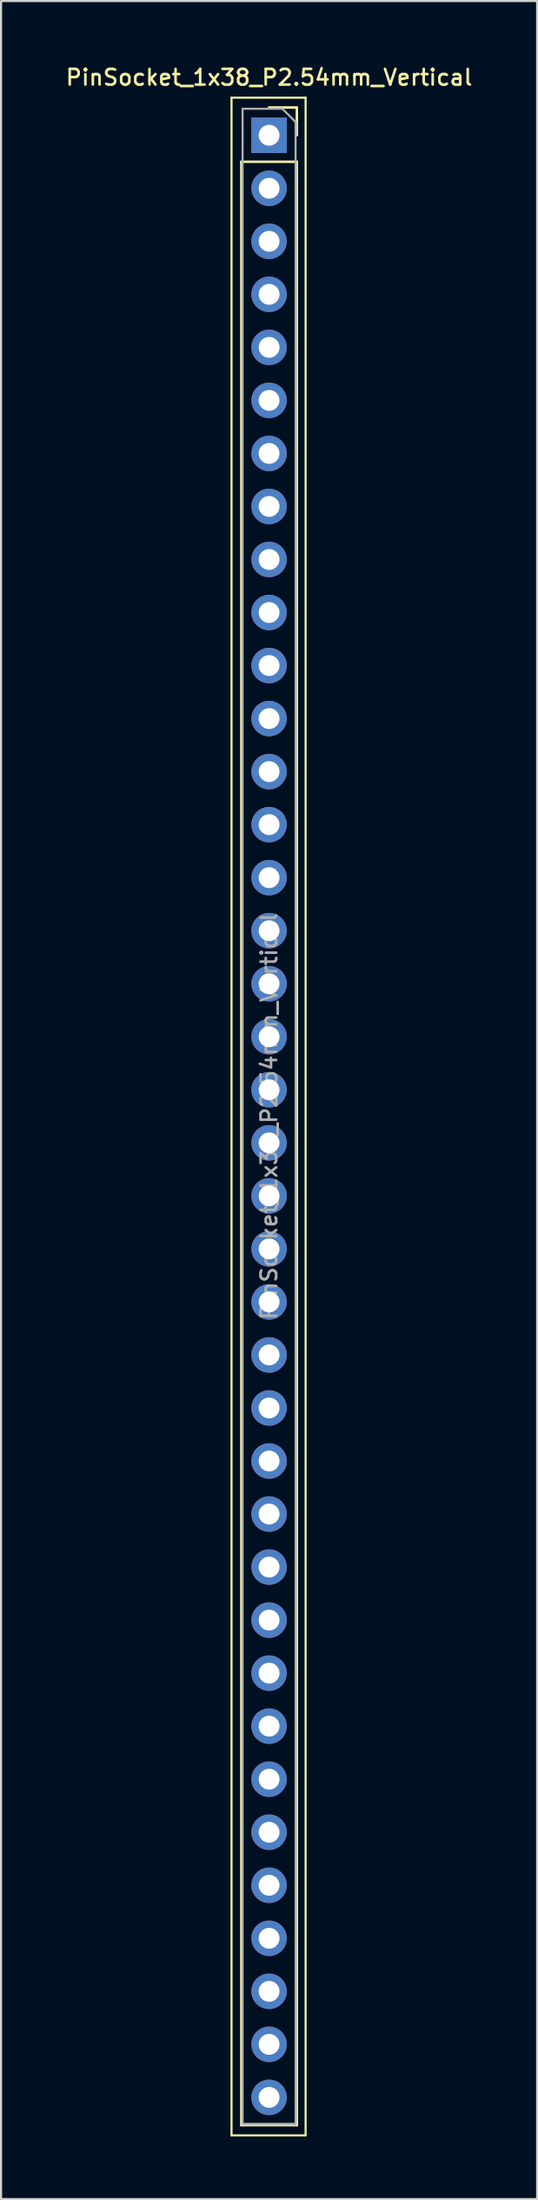
<source format=kicad_pcb>
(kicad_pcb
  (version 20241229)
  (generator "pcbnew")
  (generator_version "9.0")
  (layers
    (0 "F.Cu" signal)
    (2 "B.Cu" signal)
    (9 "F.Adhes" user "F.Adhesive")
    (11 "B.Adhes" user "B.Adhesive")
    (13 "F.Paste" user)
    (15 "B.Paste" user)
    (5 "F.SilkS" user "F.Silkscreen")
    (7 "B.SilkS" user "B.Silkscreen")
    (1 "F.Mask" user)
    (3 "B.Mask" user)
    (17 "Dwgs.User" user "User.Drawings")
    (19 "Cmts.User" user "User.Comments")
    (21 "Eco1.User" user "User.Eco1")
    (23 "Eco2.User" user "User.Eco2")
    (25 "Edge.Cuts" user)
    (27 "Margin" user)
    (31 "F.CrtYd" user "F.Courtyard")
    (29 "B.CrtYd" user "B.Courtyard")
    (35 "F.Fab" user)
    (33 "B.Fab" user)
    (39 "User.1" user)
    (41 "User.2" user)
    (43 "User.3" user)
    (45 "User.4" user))
  (footprint "PinSocket_1x38_P2.54mm_Vertical"
    (layer "F.Cu")
    (at 9.845 3.428)
    (property "Reference" "PinSocket_1x38_P2.54mm_Vertical" (at 0 -2.77 0) (layer "F.SilkS") (effects (font (size 0.75 0.75) (thickness 0.125))))
    (attr through_hole)
    (fp_line (start -1.8 -1.8) (end 1.75 -1.8) (stroke (width 0.1) (type solid)) (layer "F.SilkS"))
    (fp_line (start -1.8 95.8) (end -1.8 -1.8) (stroke (width 0.1) (type solid)) (layer "F.SilkS"))
    (fp_line (start -1.33 1.27) (end -1.33 95.31) (stroke (width 0.12) (type solid)) (layer "F.SilkS"))
    (fp_line (start -1.33 1.27) (end 1.33 1.27) (stroke (width 0.12) (type solid)) (layer "F.SilkS"))
    (fp_line (start -1.33 95.31) (end 1.33 95.31) (stroke (width 0.12) (type solid)) (layer "F.SilkS"))
    (fp_line (start 0 -1.33) (end 1.33 -1.33) (stroke (width 0.12) (type solid)) (layer "F.SilkS"))
    (fp_line (start 1.33 -1.33) (end 1.33 0) (stroke (width 0.12) (type solid)) (layer "F.SilkS"))
    (fp_line (start 1.33 1.27) (end 1.33 95.31) (stroke (width 0.12) (type solid)) (layer "F.SilkS"))
    (fp_line (start 1.75 -1.8) (end 1.75 95.8) (stroke (width 0.1) (type solid)) (layer "F.SilkS"))
    (fp_line (start 1.75 95.8) (end -1.8 95.8) (stroke (width 0.1) (type solid)) (layer "F.SilkS"))
    (fp_line (start -1.27 -1.27) (end 0.635 -1.27) (stroke (width 0.1) (type solid)) (layer "F.Fab"))
    (fp_line (start -1.27 95.25) (end -1.27 -1.27) (stroke (width 0.1) (type solid)) (layer "F.Fab"))
    (fp_line (start 0.635 -1.27) (end 1.27 -0.635) (stroke (width 0.1) (type solid)) (layer "F.Fab"))
    (fp_line (start 1.27 -0.635) (end 1.27 95.25) (stroke (width 0.1) (type solid)) (layer "F.Fab"))
    (fp_line (start 1.27 95.25) (end -1.27 95.25) (stroke (width 0.1) (type solid)) (layer "F.Fab"))
    (fp_text user "${REFERENCE}" (at 0 46.99 90) (layer "F.Fab") (effects (font (size 0.75 0.75) (thickness 0.125))))
    (pad "1" thru_hole rect (at 0 0) (size 1.7 1.7) (drill 1) (layers "*.Cu" "*.Mask"))
    (pad "2" thru_hole oval (at 0 2.54) (size 1.7 1.7) (drill 1) (layers "*.Cu" "*.Mask"))
    (pad "3" thru_hole oval (at 0 5.08) (size 1.7 1.7) (drill 1) (layers "*.Cu" "*.Mask"))
    (pad "4" thru_hole oval (at 0 7.62) (size 1.7 1.7) (drill 1) (layers "*.Cu" "*.Mask"))
    (pad "5" thru_hole oval (at 0 10.16) (size 1.7 1.7) (drill 1) (layers "*.Cu" "*.Mask"))
    (pad "6" thru_hole oval (at 0 12.7) (size 1.7 1.7) (drill 1) (layers "*.Cu" "*.Mask"))
    (pad "7" thru_hole oval (at 0 15.24) (size 1.7 1.7) (drill 1) (layers "*.Cu" "*.Mask"))
    (pad "8" thru_hole oval (at 0 17.78) (size 1.7 1.7) (drill 1) (layers "*.Cu" "*.Mask"))
    (pad "9" thru_hole oval (at 0 20.32) (size 1.7 1.7) (drill 1) (layers "*.Cu" "*.Mask"))
    (pad "10" thru_hole oval (at 0 22.86) (size 1.7 1.7) (drill 1) (layers "*.Cu" "*.Mask"))
    (pad "11" thru_hole oval (at 0 25.4) (size 1.7 1.7) (drill 1) (layers "*.Cu" "*.Mask"))
    (pad "12" thru_hole oval (at 0 27.94) (size 1.7 1.7) (drill 1) (layers "*.Cu" "*.Mask"))
    (pad "13" thru_hole oval (at 0 30.48) (size 1.7 1.7) (drill 1) (layers "*.Cu" "*.Mask"))
    (pad "14" thru_hole oval (at 0 33.02) (size 1.7 1.7) (drill 1) (layers "*.Cu" "*.Mask"))
    (pad "15" thru_hole oval (at 0 35.56) (size 1.7 1.7) (drill 1) (layers "*.Cu" "*.Mask"))
    (pad "16" thru_hole oval (at 0 38.1) (size 1.7 1.7) (drill 1) (layers "*.Cu" "*.Mask"))
    (pad "17" thru_hole oval (at 0 40.64) (size 1.7 1.7) (drill 1) (layers "*.Cu" "*.Mask"))
    (pad "18" thru_hole oval (at 0 43.18) (size 1.7 1.7) (drill 1) (layers "*.Cu" "*.Mask"))
    (pad "19" thru_hole oval (at 0 45.72) (size 1.7 1.7) (drill 1) (layers "*.Cu" "*.Mask"))
    (pad "20" thru_hole oval (at 0 48.26) (size 1.7 1.7) (drill 1) (layers "*.Cu" "*.Mask"))
    (pad "21" thru_hole oval (at 0 50.8) (size 1.7 1.7) (drill 1) (layers "*.Cu" "*.Mask"))
    (pad "22" thru_hole oval (at 0 53.34) (size 1.7 1.7) (drill 1) (layers "*.Cu" "*.Mask"))
    (pad "23" thru_hole oval (at 0 55.88) (size 1.7 1.7) (drill 1) (layers "*.Cu" "*.Mask"))
    (pad "24" thru_hole oval (at 0 58.42) (size 1.7 1.7) (drill 1) (layers "*.Cu" "*.Mask"))
    (pad "25" thru_hole oval (at 0 60.96) (size 1.7 1.7) (drill 1) (layers "*.Cu" "*.Mask"))
    (pad "26" thru_hole oval (at 0 63.5) (size 1.7 1.7) (drill 1) (layers "*.Cu" "*.Mask"))
    (pad "27" thru_hole oval (at 0 66.04) (size 1.7 1.7) (drill 1) (layers "*.Cu" "*.Mask"))
    (pad "28" thru_hole oval (at 0 68.58) (size 1.7 1.7) (drill 1) (layers "*.Cu" "*.Mask"))
    (pad "29" thru_hole oval (at 0 71.12) (size 1.7 1.7) (drill 1) (layers "*.Cu" "*.Mask"))
    (pad "30" thru_hole oval (at 0 73.66) (size 1.7 1.7) (drill 1) (layers "*.Cu" "*.Mask"))
    (pad "31" thru_hole oval (at 0 76.2) (size 1.7 1.7) (drill 1) (layers "*.Cu" "*.Mask"))
    (pad "32" thru_hole oval (at 0 78.74) (size 1.7 1.7) (drill 1) (layers "*.Cu" "*.Mask"))
    (pad "33" thru_hole oval (at 0 81.28) (size 1.7 1.7) (drill 1) (layers "*.Cu" "*.Mask"))
    (pad "34" thru_hole oval (at 0 83.82) (size 1.7 1.7) (drill 1) (layers "*.Cu" "*.Mask"))
    (pad "35" thru_hole oval (at 0 86.36) (size 1.7 1.7) (drill 1) (layers "*.Cu" "*.Mask"))
    (pad "36" thru_hole oval (at 0 88.9) (size 1.7 1.7) (drill 1) (layers "*.Cu" "*.Mask"))
    (pad "37" thru_hole oval (at 0 91.44) (size 1.7 1.7) (drill 1) (layers "*.Cu" "*.Mask"))
    (pad "38" thru_hole oval (at 0 93.98) (size 1.7 1.7) (drill 1) (layers "*.Cu" "*.Mask")))
  (gr_rect
    (start -3 -3)
    (end 22.689 102.278)
    (stroke (width 0.1) (type default))
    (fill no)
    (layer "Edge.Cuts")))
</source>
